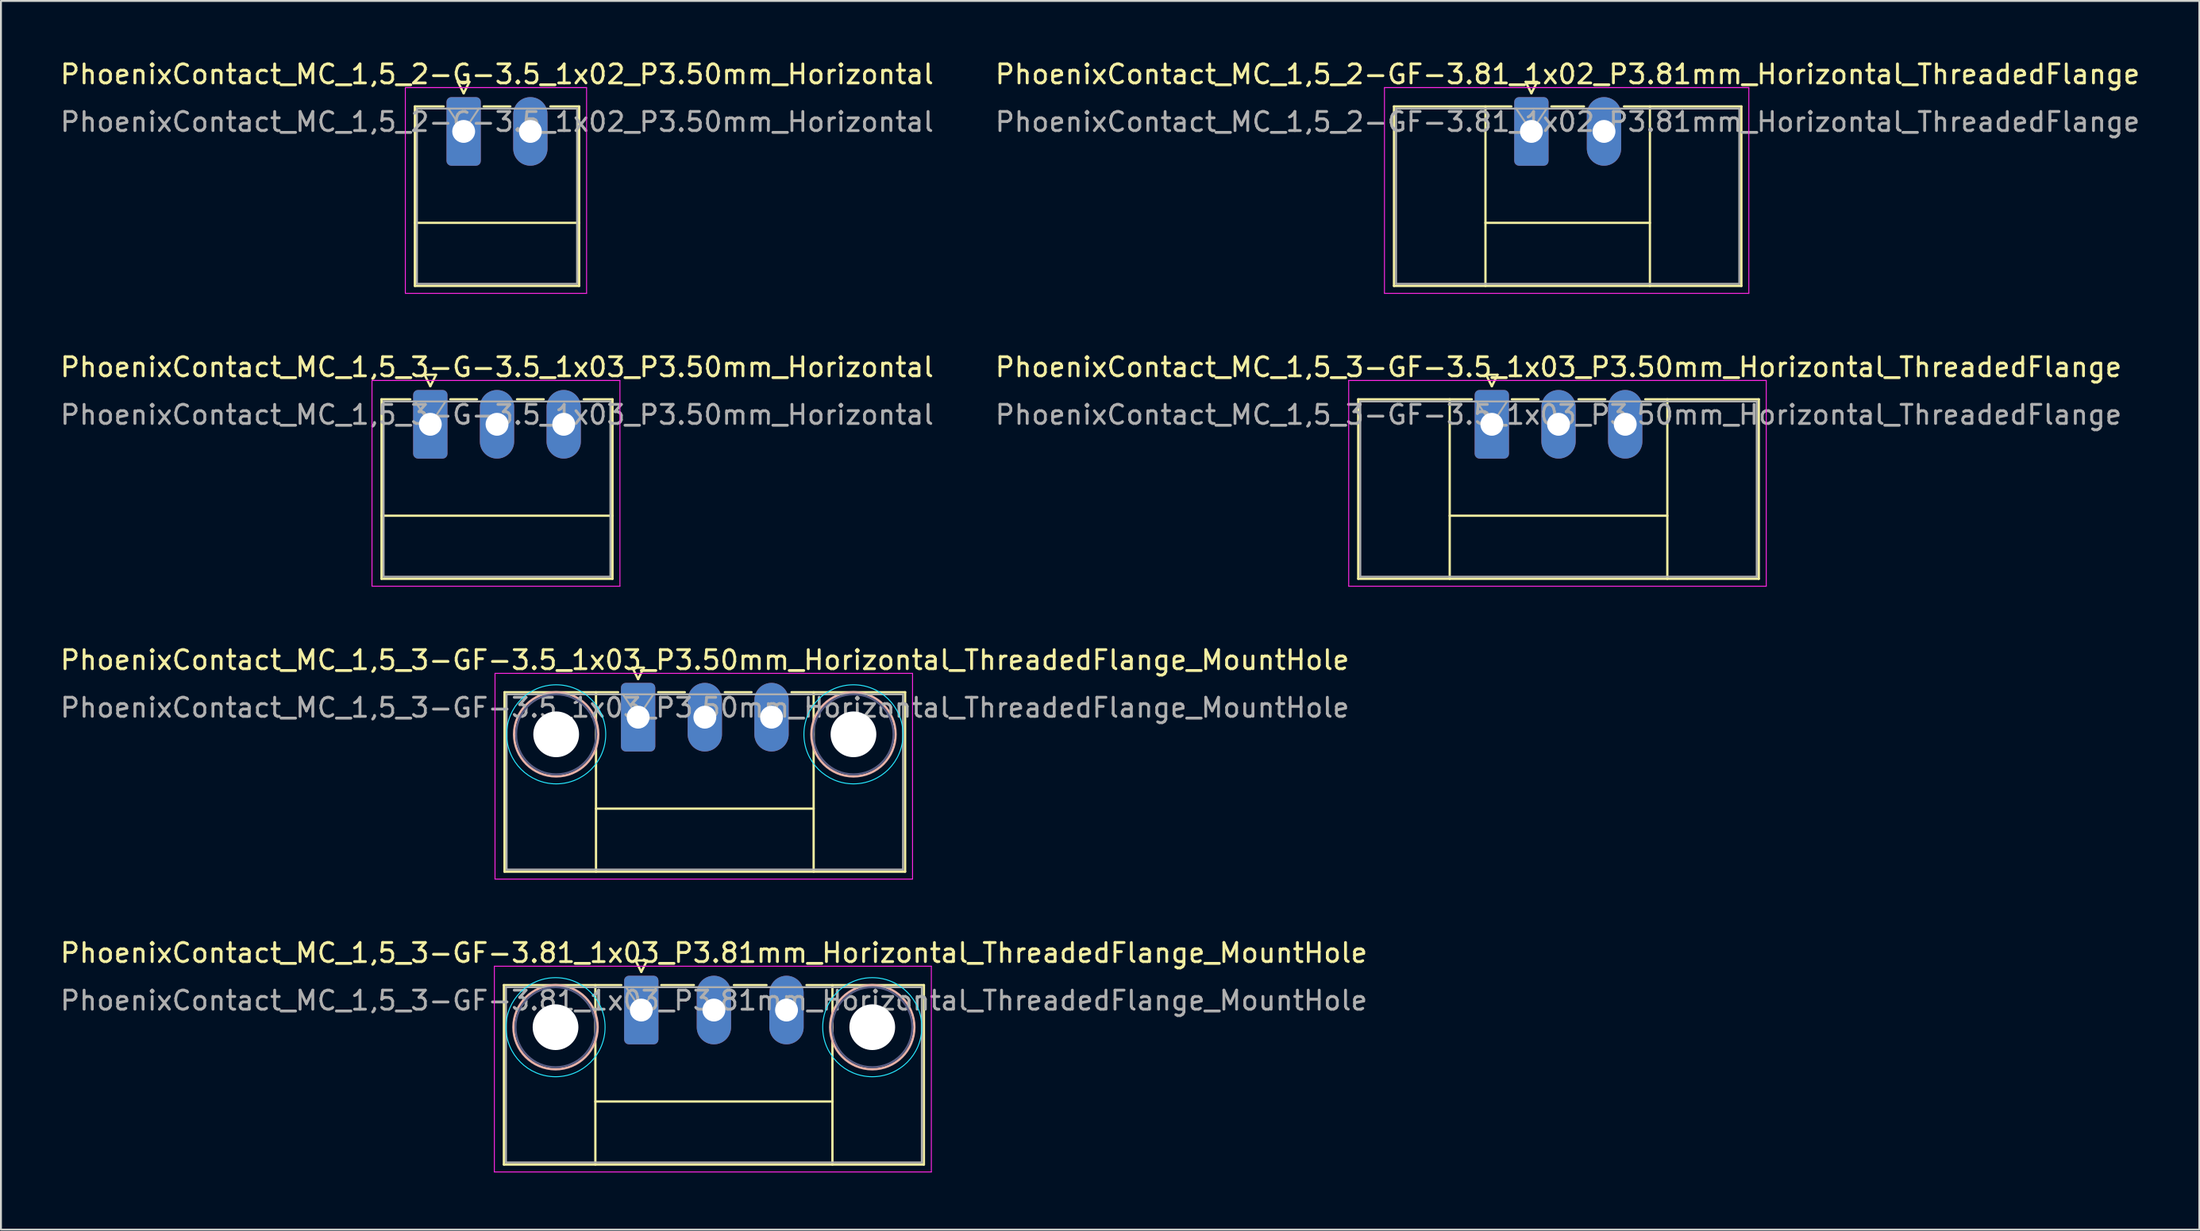
<source format=kicad_pcb>
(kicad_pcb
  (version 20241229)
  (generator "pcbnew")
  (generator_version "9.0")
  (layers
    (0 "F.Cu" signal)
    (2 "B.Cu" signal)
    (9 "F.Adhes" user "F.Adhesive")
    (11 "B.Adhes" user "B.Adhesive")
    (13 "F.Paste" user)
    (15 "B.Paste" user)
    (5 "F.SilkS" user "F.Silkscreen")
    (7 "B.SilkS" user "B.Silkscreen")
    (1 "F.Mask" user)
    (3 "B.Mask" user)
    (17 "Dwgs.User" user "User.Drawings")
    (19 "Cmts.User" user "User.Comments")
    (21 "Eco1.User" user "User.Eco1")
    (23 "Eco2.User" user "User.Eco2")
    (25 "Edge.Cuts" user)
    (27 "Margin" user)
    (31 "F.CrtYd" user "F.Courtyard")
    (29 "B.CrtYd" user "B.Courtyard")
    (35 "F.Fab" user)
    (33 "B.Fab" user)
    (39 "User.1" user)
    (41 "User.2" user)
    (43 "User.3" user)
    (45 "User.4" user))
  (footprint "PhoenixContact_MC_1,5_3-G-3.5_1x03_P3.50mm_Horizontal"
    (layer "F.Cu")
    (at 19.53 19.221)
    (property "Reference" "PhoenixContact_MC_1,5_3-G-3.5_1x03_P3.50mm_Horizontal" (at 3.5 -3 0) (layer "F.SilkS") (effects (font (size 1 1) (thickness 0.15))))
    (attr through_hole)
    (fp_line (start -2.56 -1.31) (end -2.56 8.11) (stroke (width 0.12) (type solid)) (layer "F.SilkS"))
    (fp_line (start -2.56 -1.31) (end -1.05 -1.31) (stroke (width 0.12) (type solid)) (layer "F.SilkS"))
    (fp_line (start -2.56 4.8) (end 9.56 4.8) (stroke (width 0.12) (type solid)) (layer "F.SilkS"))
    (fp_line (start -2.56 8.11) (end 9.56 8.11) (stroke (width 0.12) (type solid)) (layer "F.SilkS"))
    (fp_line (start -0.3 -2.6) (end 0.3 -2.6) (stroke (width 0.12) (type solid)) (layer "F.SilkS"))
    (fp_line (start 0 -2) (end -0.3 -2.6) (stroke (width 0.12) (type solid)) (layer "F.SilkS"))
    (fp_line (start 0.3 -2.6) (end 0 -2) (stroke (width 0.12) (type solid)) (layer "F.SilkS"))
    (fp_line (start 1.05 -1.31) (end 2.45 -1.31) (stroke (width 0.12) (type solid)) (layer "F.SilkS"))
    (fp_line (start 4.55 -1.31) (end 5.95 -1.31) (stroke (width 0.12) (type solid)) (layer "F.SilkS"))
    (fp_line (start 9.56 -1.31) (end 8.05 -1.31) (stroke (width 0.12) (type solid)) (layer "F.SilkS"))
    (fp_line (start 9.56 8.11) (end 9.56 -1.31) (stroke (width 0.12) (type solid)) (layer "F.SilkS"))
    (fp_line (start -3.06 -2.3) (end -3.06 8.5) (stroke (width 0.05) (type solid)) (layer "F.CrtYd"))
    (fp_line (start -3.06 8.5) (end 9.95 8.5) (stroke (width 0.05) (type solid)) (layer "F.CrtYd"))
    (fp_line (start 9.95 -2.3) (end -3.06 -2.3) (stroke (width 0.05) (type solid)) (layer "F.CrtYd"))
    (fp_line (start 9.95 8.5) (end 9.95 -2.3) (stroke (width 0.05) (type solid)) (layer "F.CrtYd"))
    (fp_line (start -2.45 -1.2) (end -2.45 8) (stroke (width 0.1) (type solid)) (layer "F.Fab"))
    (fp_line (start -2.45 8) (end 9.45 8) (stroke (width 0.1) (type solid)) (layer "F.Fab"))
    (fp_line (start 0 0) (end -0.8 -1.2) (stroke (width 0.1) (type solid)) (layer "F.Fab"))
    (fp_line (start 0.8 -1.2) (end 0 0) (stroke (width 0.1) (type solid)) (layer "F.Fab"))
    (fp_line (start 9.45 -1.2) (end -2.45 -1.2) (stroke (width 0.1) (type solid)) (layer "F.Fab"))
    (fp_line (start 9.45 8) (end 9.45 -1.2) (stroke (width 0.1) (type solid)) (layer "F.Fab"))
    (fp_text user "${REFERENCE}" (at 3.5 -0.5 0) (layer "F.Fab") (effects (font (size 1 1) (thickness 0.15))))
    (pad "1" thru_hole roundrect (at 0 0) (size 1.8 3.6) (drill 1.2) (layers "*.Cu" "*.Mask") (roundrect_rratio 0.139))
    (pad "2" thru_hole oval (at 3.5 0) (size 1.8 3.6) (drill 1.2) (layers "*.Cu" "*.Mask"))
    (pad "3" thru_hole oval (at 7 0) (size 1.8 3.6) (drill 1.2) (layers "*.Cu" "*.Mask")))
  (footprint "PhoenixContact_MC_1,5_3-GF-3.81_1x03_P3.81mm_Horizontal_ThreadedFlange_MountHole"
    (layer "F.Cu")
    (at 30.601 49.968)
    (property "Reference" "PhoenixContact_MC_1,5_3-GF-3.81_1x03_P3.81mm_Horizontal_ThreadedFlange_MountHole" (at 3.81 -3 0) (layer "F.SilkS") (effects (font (size 1 1) (thickness 0.15))))
    (attr through_hole)
    (fp_line (start -7.21 -1.31) (end -7.21 8.11) (stroke (width 0.12) (type solid)) (layer "F.SilkS"))
    (fp_line (start -7.21 -1.31) (end -1.05 -1.31) (stroke (width 0.12) (type solid)) (layer "F.SilkS"))
    (fp_line (start -7.21 8.11) (end 14.83 8.11) (stroke (width 0.12) (type solid)) (layer "F.SilkS"))
    (fp_line (start -2.41 -1.31) (end -2.41 8.11) (stroke (width 0.12) (type solid)) (layer "F.SilkS"))
    (fp_line (start -2.41 4.8) (end 10.03 4.8) (stroke (width 0.12) (type solid)) (layer "F.SilkS"))
    (fp_line (start -0.3 -2.6) (end 0.3 -2.6) (stroke (width 0.12) (type solid)) (layer "F.SilkS"))
    (fp_line (start 0 -2) (end -0.3 -2.6) (stroke (width 0.12) (type solid)) (layer "F.SilkS"))
    (fp_line (start 0.3 -2.6) (end 0 -2) (stroke (width 0.12) (type solid)) (layer "F.SilkS"))
    (fp_line (start 1.05 -1.31) (end 2.76 -1.31) (stroke (width 0.12) (type solid)) (layer "F.SilkS"))
    (fp_line (start 4.86 -1.31) (end 6.57 -1.31) (stroke (width 0.12) (type solid)) (layer "F.SilkS"))
    (fp_line (start 10.03 -1.31) (end 10.03 8.11) (stroke (width 0.12) (type solid)) (layer "F.SilkS"))
    (fp_line (start 14.83 -1.31) (end 8.67 -1.31) (stroke (width 0.12) (type solid)) (layer "F.SilkS"))
    (fp_line (start 14.83 8.11) (end 14.83 -1.31) (stroke (width 0.12) (type solid)) (layer "F.SilkS"))
    (fp_circle (center -4.5 0.9) (end -2.29 0.9) (stroke (width 0.12) (type solid)) (fill no) (layer "B.SilkS"))
    (fp_circle (center 12.12 0.9) (end 14.33 0.9) (stroke (width 0.12) (type solid)) (fill no) (layer "B.SilkS"))
    (fp_circle (center -4.5 0.9) (end -1.9 0.9) (stroke (width 0.05) (type solid)) (fill no) (layer "B.CrtYd"))
    (fp_circle (center 12.12 0.9) (end 14.72 0.9) (stroke (width 0.05) (type solid)) (fill no) (layer "B.CrtYd"))
    (fp_line (start -7.71 -2.3) (end -7.71 8.5) (stroke (width 0.05) (type solid)) (layer "F.CrtYd"))
    (fp_line (start -7.71 8.5) (end 15.22 8.5) (stroke (width 0.05) (type solid)) (layer "F.CrtYd"))
    (fp_line (start 15.22 -2.3) (end -7.71 -2.3) (stroke (width 0.05) (type solid)) (layer "F.CrtYd"))
    (fp_line (start 15.22 8.5) (end 15.22 -2.3) (stroke (width 0.05) (type solid)) (layer "F.CrtYd"))
    (fp_circle (center -4.5 0.9) (end -2.4 0.9) (stroke (width 0.1) (type solid)) (fill no) (layer "B.Fab"))
    (fp_circle (center 12.12 0.9) (end 14.22 0.9) (stroke (width 0.1) (type solid)) (fill no) (layer "B.Fab"))
    (fp_line (start -7.1 -1.2) (end -7.1 8) (stroke (width 0.1) (type solid)) (layer "F.Fab"))
    (fp_line (start -7.1 8) (end 14.72 8) (stroke (width 0.1) (type solid)) (layer "F.Fab"))
    (fp_line (start 0 0) (end -0.8 -1.2) (stroke (width 0.1) (type solid)) (layer "F.Fab"))
    (fp_line (start 0.8 -1.2) (end 0 0) (stroke (width 0.1) (type solid)) (layer "F.Fab"))
    (fp_line (start 14.72 -1.2) (end -7.1 -1.2) (stroke (width 0.1) (type solid)) (layer "F.Fab"))
    (fp_line (start 14.72 8) (end 14.72 -1.2) (stroke (width 0.1) (type solid)) (layer "F.Fab"))
    (fp_text user "${REFERENCE}" (at 3.81 -0.5 0) (layer "F.Fab") (effects (font (size 1 1) (thickness 0.15))))
    (pad "" np_thru_hole circle (at -4.5 0.9) (size 2.4 2.4) (drill 2.4) (layers "*.Cu" "*.Mask"))
    (pad "" np_thru_hole circle (at 12.12 0.9) (size 2.4 2.4) (drill 2.4) (layers "*.Cu" "*.Mask"))
    (pad "1" thru_hole roundrect (at 0 0) (size 1.8 3.6) (drill 1.2) (layers "*.Cu" "*.Mask") (roundrect_rratio 0.139))
    (pad "2" thru_hole oval (at 3.81 0) (size 1.8 3.6) (drill 1.2) (layers "*.Cu" "*.Mask"))
    (pad "3" thru_hole oval (at 7.62 0) (size 1.8 3.6) (drill 1.2) (layers "*.Cu" "*.Mask")))
  (footprint "PhoenixContact_MC_1,5_3-GF-3.5_1x03_P3.50mm_Horizontal_ThreadedFlange_MountHole"
    (layer "F.Cu")
    (at 30.435 34.595)
    (property "Reference" "PhoenixContact_MC_1,5_3-GF-3.5_1x03_P3.50mm_Horizontal_ThreadedFlange_MountHole" (at 3.5 -3 0) (layer "F.SilkS") (effects (font (size 1 1) (thickness 0.15))))
    (attr through_hole)
    (fp_line (start -7.01 -1.31) (end -7.01 8.11) (stroke (width 0.12) (type solid)) (layer "F.SilkS"))
    (fp_line (start -7.01 -1.31) (end -1.05 -1.31) (stroke (width 0.12) (type solid)) (layer "F.SilkS"))
    (fp_line (start -7.01 8.11) (end 14.01 8.11) (stroke (width 0.12) (type solid)) (layer "F.SilkS"))
    (fp_line (start -2.21 -1.31) (end -2.21 8.11) (stroke (width 0.12) (type solid)) (layer "F.SilkS"))
    (fp_line (start -2.21 4.8) (end 9.21 4.8) (stroke (width 0.12) (type solid)) (layer "F.SilkS"))
    (fp_line (start -0.3 -2.6) (end 0.3 -2.6) (stroke (width 0.12) (type solid)) (layer "F.SilkS"))
    (fp_line (start 0 -2) (end -0.3 -2.6) (stroke (width 0.12) (type solid)) (layer "F.SilkS"))
    (fp_line (start 0.3 -2.6) (end 0 -2) (stroke (width 0.12) (type solid)) (layer "F.SilkS"))
    (fp_line (start 1.05 -1.31) (end 2.45 -1.31) (stroke (width 0.12) (type solid)) (layer "F.SilkS"))
    (fp_line (start 4.55 -1.31) (end 5.95 -1.31) (stroke (width 0.12) (type solid)) (layer "F.SilkS"))
    (fp_line (start 9.21 -1.31) (end 9.21 8.11) (stroke (width 0.12) (type solid)) (layer "F.SilkS"))
    (fp_line (start 14.01 -1.31) (end 8.05 -1.31) (stroke (width 0.12) (type solid)) (layer "F.SilkS"))
    (fp_line (start 14.01 8.11) (end 14.01 -1.31) (stroke (width 0.12) (type solid)) (layer "F.SilkS"))
    (fp_circle (center -4.3 0.9) (end -2.09 0.9) (stroke (width 0.12) (type solid)) (fill no) (layer "B.SilkS"))
    (fp_circle (center 11.3 0.9) (end 13.51 0.9) (stroke (width 0.12) (type solid)) (fill no) (layer "B.SilkS"))
    (fp_circle (center -4.3 0.9) (end -1.7 0.9) (stroke (width 0.05) (type solid)) (fill no) (layer "B.CrtYd"))
    (fp_circle (center 11.3 0.9) (end 13.9 0.9) (stroke (width 0.05) (type solid)) (fill no) (layer "B.CrtYd"))
    (fp_line (start -7.51 -2.3) (end -7.51 8.5) (stroke (width 0.05) (type solid)) (layer "F.CrtYd"))
    (fp_line (start -7.51 8.5) (end 14.4 8.5) (stroke (width 0.05) (type solid)) (layer "F.CrtYd"))
    (fp_line (start 14.4 -2.3) (end -7.51 -2.3) (stroke (width 0.05) (type solid)) (layer "F.CrtYd"))
    (fp_line (start 14.4 8.5) (end 14.4 -2.3) (stroke (width 0.05) (type solid)) (layer "F.CrtYd"))
    (fp_circle (center -4.3 0.9) (end -2.2 0.9) (stroke (width 0.1) (type solid)) (fill no) (layer "B.Fab"))
    (fp_circle (center 11.3 0.9) (end 13.4 0.9) (stroke (width 0.1) (type solid)) (fill no) (layer "B.Fab"))
    (fp_line (start -6.9 -1.2) (end -6.9 8) (stroke (width 0.1) (type solid)) (layer "F.Fab"))
    (fp_line (start -6.9 8) (end 13.9 8) (stroke (width 0.1) (type solid)) (layer "F.Fab"))
    (fp_line (start 0 0) (end -0.8 -1.2) (stroke (width 0.1) (type solid)) (layer "F.Fab"))
    (fp_line (start 0.8 -1.2) (end 0 0) (stroke (width 0.1) (type solid)) (layer "F.Fab"))
    (fp_line (start 13.9 -1.2) (end -6.9 -1.2) (stroke (width 0.1) (type solid)) (layer "F.Fab"))
    (fp_line (start 13.9 8) (end 13.9 -1.2) (stroke (width 0.1) (type solid)) (layer "F.Fab"))
    (fp_text user "${REFERENCE}" (at 3.5 -0.5 0) (layer "F.Fab") (effects (font (size 1 1) (thickness 0.15))))
    (pad "" np_thru_hole circle (at -4.3 0.9) (size 2.4 2.4) (drill 2.4) (layers "*.Cu" "*.Mask"))
    (pad "" np_thru_hole circle (at 11.3 0.9) (size 2.4 2.4) (drill 2.4) (layers "*.Cu" "*.Mask"))
    (pad "1" thru_hole roundrect (at 0 0) (size 1.8 3.6) (drill 1.2) (layers "*.Cu" "*.Mask") (roundrect_rratio 0.139))
    (pad "2" thru_hole oval (at 3.5 0) (size 1.8 3.6) (drill 1.2) (layers "*.Cu" "*.Mask"))
    (pad "3" thru_hole oval (at 7 0) (size 1.8 3.6) (drill 1.2) (layers "*.Cu" "*.Mask")))
  (footprint "PhoenixContact_MC_1,5_3-GF-3.5_1x03_P3.50mm_Horizontal_ThreadedFlange"
    (layer "F.Cu")
    (at 75.232 19.221)
    (property "Reference" "PhoenixContact_MC_1,5_3-GF-3.5_1x03_P3.50mm_Horizontal_ThreadedFlange" (at 3.5 -3 0) (layer "F.SilkS") (effects (font (size 1 1) (thickness 0.15))))
    (attr through_hole)
    (fp_line (start -7.01 -1.31) (end -7.01 8.11) (stroke (width 0.12) (type solid)) (layer "F.SilkS"))
    (fp_line (start -7.01 -1.31) (end -1.05 -1.31) (stroke (width 0.12) (type solid)) (layer "F.SilkS"))
    (fp_line (start -7.01 8.11) (end 14.01 8.11) (stroke (width 0.12) (type solid)) (layer "F.SilkS"))
    (fp_line (start -2.21 -1.31) (end -2.21 8.11) (stroke (width 0.12) (type solid)) (layer "F.SilkS"))
    (fp_line (start -2.21 4.8) (end 9.21 4.8) (stroke (width 0.12) (type solid)) (layer "F.SilkS"))
    (fp_line (start -0.3 -2.6) (end 0.3 -2.6) (stroke (width 0.12) (type solid)) (layer "F.SilkS"))
    (fp_line (start 0 -2) (end -0.3 -2.6) (stroke (width 0.12) (type solid)) (layer "F.SilkS"))
    (fp_line (start 0.3 -2.6) (end 0 -2) (stroke (width 0.12) (type solid)) (layer "F.SilkS"))
    (fp_line (start 1.05 -1.31) (end 2.45 -1.31) (stroke (width 0.12) (type solid)) (layer "F.SilkS"))
    (fp_line (start 4.55 -1.31) (end 5.95 -1.31) (stroke (width 0.12) (type solid)) (layer "F.SilkS"))
    (fp_line (start 9.21 -1.31) (end 9.21 8.11) (stroke (width 0.12) (type solid)) (layer "F.SilkS"))
    (fp_line (start 14.01 -1.31) (end 8.05 -1.31) (stroke (width 0.12) (type solid)) (layer "F.SilkS"))
    (fp_line (start 14.01 8.11) (end 14.01 -1.31) (stroke (width 0.12) (type solid)) (layer "F.SilkS"))
    (fp_line (start -7.51 -2.3) (end -7.51 8.5) (stroke (width 0.05) (type solid)) (layer "F.CrtYd"))
    (fp_line (start -7.51 8.5) (end 14.4 8.5) (stroke (width 0.05) (type solid)) (layer "F.CrtYd"))
    (fp_line (start 14.4 -2.3) (end -7.51 -2.3) (stroke (width 0.05) (type solid)) (layer "F.CrtYd"))
    (fp_line (start 14.4 8.5) (end 14.4 -2.3) (stroke (width 0.05) (type solid)) (layer "F.CrtYd"))
    (fp_line (start -6.9 -1.2) (end -6.9 8) (stroke (width 0.1) (type solid)) (layer "F.Fab"))
    (fp_line (start -6.9 8) (end 13.9 8) (stroke (width 0.1) (type solid)) (layer "F.Fab"))
    (fp_line (start 0 0) (end -0.8 -1.2) (stroke (width 0.1) (type solid)) (layer "F.Fab"))
    (fp_line (start 0.8 -1.2) (end 0 0) (stroke (width 0.1) (type solid)) (layer "F.Fab"))
    (fp_line (start 13.9 -1.2) (end -6.9 -1.2) (stroke (width 0.1) (type solid)) (layer "F.Fab"))
    (fp_line (start 13.9 8) (end 13.9 -1.2) (stroke (width 0.1) (type solid)) (layer "F.Fab"))
    (fp_text user "${REFERENCE}" (at 3.5 -0.5 0) (layer "F.Fab") (effects (font (size 1 1) (thickness 0.15))))
    (pad "1" thru_hole roundrect (at 0 0) (size 1.8 3.6) (drill 1.2) (layers "*.Cu" "*.Mask") (roundrect_rratio 0.139))
    (pad "2" thru_hole oval (at 3.5 0) (size 1.8 3.6) (drill 1.2) (layers "*.Cu" "*.Mask"))
    (pad "3" thru_hole oval (at 7 0) (size 1.8 3.6) (drill 1.2) (layers "*.Cu" "*.Mask")))
  (footprint "PhoenixContact_MC_1,5_2-GF-3.81_1x02_P3.81mm_Horizontal_ThreadedFlange"
    (layer "F.Cu")
    (at 77.308 3.848)
    (property "Reference" "PhoenixContact_MC_1,5_2-GF-3.81_1x02_P3.81mm_Horizontal_ThreadedFlange" (at 1.9 -3 0) (layer "F.SilkS") (effects (font (size 1 1) (thickness 0.15))))
    (attr through_hole)
    (fp_line (start -7.21 -1.31) (end -7.21 8.11) (stroke (width 0.12) (type solid)) (layer "F.SilkS"))
    (fp_line (start -7.21 -1.31) (end -1.05 -1.31) (stroke (width 0.12) (type solid)) (layer "F.SilkS"))
    (fp_line (start -7.21 8.11) (end 11.02 8.11) (stroke (width 0.12) (type solid)) (layer "F.SilkS"))
    (fp_line (start -2.41 -1.31) (end -2.41 8.11) (stroke (width 0.12) (type solid)) (layer "F.SilkS"))
    (fp_line (start -2.41 4.8) (end 6.22 4.8) (stroke (width 0.12) (type solid)) (layer "F.SilkS"))
    (fp_line (start -0.3 -2.6) (end 0.3 -2.6) (stroke (width 0.12) (type solid)) (layer "F.SilkS"))
    (fp_line (start 0 -2) (end -0.3 -2.6) (stroke (width 0.12) (type solid)) (layer "F.SilkS"))
    (fp_line (start 0.3 -2.6) (end 0 -2) (stroke (width 0.12) (type solid)) (layer "F.SilkS"))
    (fp_line (start 1.05 -1.31) (end 2.76 -1.31) (stroke (width 0.12) (type solid)) (layer "F.SilkS"))
    (fp_line (start 6.22 -1.31) (end 6.22 8.11) (stroke (width 0.12) (type solid)) (layer "F.SilkS"))
    (fp_line (start 11.02 -1.31) (end 4.86 -1.31) (stroke (width 0.12) (type solid)) (layer "F.SilkS"))
    (fp_line (start 11.02 8.11) (end 11.02 -1.31) (stroke (width 0.12) (type solid)) (layer "F.SilkS"))
    (fp_line (start -7.71 -2.3) (end -7.71 8.5) (stroke (width 0.05) (type solid)) (layer "F.CrtYd"))
    (fp_line (start -7.71 8.5) (end 11.41 8.5) (stroke (width 0.05) (type solid)) (layer "F.CrtYd"))
    (fp_line (start 11.41 -2.3) (end -7.71 -2.3) (stroke (width 0.05) (type solid)) (layer "F.CrtYd"))
    (fp_line (start 11.41 8.5) (end 11.41 -2.3) (stroke (width 0.05) (type solid)) (layer "F.CrtYd"))
    (fp_line (start -7.1 -1.2) (end -7.1 8) (stroke (width 0.1) (type solid)) (layer "F.Fab"))
    (fp_line (start -7.1 8) (end 10.91 8) (stroke (width 0.1) (type solid)) (layer "F.Fab"))
    (fp_line (start 0 0) (end -0.8 -1.2) (stroke (width 0.1) (type solid)) (layer "F.Fab"))
    (fp_line (start 0.8 -1.2) (end 0 0) (stroke (width 0.1) (type solid)) (layer "F.Fab"))
    (fp_line (start 10.91 -1.2) (end -7.1 -1.2) (stroke (width 0.1) (type solid)) (layer "F.Fab"))
    (fp_line (start 10.91 8) (end 10.91 -1.2) (stroke (width 0.1) (type solid)) (layer "F.Fab"))
    (fp_text user "${REFERENCE}" (at 1.9 -0.5 0) (layer "F.Fab") (effects (font (size 1 1) (thickness 0.15))))
    (pad "1" thru_hole roundrect (at 0 0) (size 1.8 3.6) (drill 1.2) (layers "*.Cu" "*.Mask") (roundrect_rratio 0.139))
    (pad "2" thru_hole oval (at 3.81 0) (size 1.8 3.6) (drill 1.2) (layers "*.Cu" "*.Mask")))
  (footprint "PhoenixContact_MC_1,5_2-G-3.5_1x02_P3.50mm_Horizontal"
    (layer "F.Cu")
    (at 21.28 3.848)
    (property "Reference" "PhoenixContact_MC_1,5_2-G-3.5_1x02_P3.50mm_Horizontal" (at 1.75 -3 0) (layer "F.SilkS") (effects (font (size 1 1) (thickness 0.15))))
    (attr through_hole)
    (fp_line (start -2.56 -1.31) (end -2.56 8.11) (stroke (width 0.12) (type solid)) (layer "F.SilkS"))
    (fp_line (start -2.56 -1.31) (end -1.05 -1.31) (stroke (width 0.12) (type solid)) (layer "F.SilkS"))
    (fp_line (start -2.56 4.8) (end 6.06 4.8) (stroke (width 0.12) (type solid)) (layer "F.SilkS"))
    (fp_line (start -2.56 8.11) (end 6.06 8.11) (stroke (width 0.12) (type solid)) (layer "F.SilkS"))
    (fp_line (start -0.3 -2.6) (end 0.3 -2.6) (stroke (width 0.12) (type solid)) (layer "F.SilkS"))
    (fp_line (start 0 -2) (end -0.3 -2.6) (stroke (width 0.12) (type solid)) (layer "F.SilkS"))
    (fp_line (start 0.3 -2.6) (end 0 -2) (stroke (width 0.12) (type solid)) (layer "F.SilkS"))
    (fp_line (start 1.05 -1.31) (end 2.45 -1.31) (stroke (width 0.12) (type solid)) (layer "F.SilkS"))
    (fp_line (start 6.06 -1.31) (end 4.55 -1.31) (stroke (width 0.12) (type solid)) (layer "F.SilkS"))
    (fp_line (start 6.06 8.11) (end 6.06 -1.31) (stroke (width 0.12) (type solid)) (layer "F.SilkS"))
    (fp_line (start -3.06 -2.3) (end -3.06 8.5) (stroke (width 0.05) (type solid)) (layer "F.CrtYd"))
    (fp_line (start -3.06 8.5) (end 6.45 8.5) (stroke (width 0.05) (type solid)) (layer "F.CrtYd"))
    (fp_line (start 6.45 -2.3) (end -3.06 -2.3) (stroke (width 0.05) (type solid)) (layer "F.CrtYd"))
    (fp_line (start 6.45 8.5) (end 6.45 -2.3) (stroke (width 0.05) (type solid)) (layer "F.CrtYd"))
    (fp_line (start -2.45 -1.2) (end -2.45 8) (stroke (width 0.1) (type solid)) (layer "F.Fab"))
    (fp_line (start -2.45 8) (end 5.95 8) (stroke (width 0.1) (type solid)) (layer "F.Fab"))
    (fp_line (start 0 0) (end -0.8 -1.2) (stroke (width 0.1) (type solid)) (layer "F.Fab"))
    (fp_line (start 0.8 -1.2) (end 0 0) (stroke (width 0.1) (type solid)) (layer "F.Fab"))
    (fp_line (start 5.95 -1.2) (end -2.45 -1.2) (stroke (width 0.1) (type solid)) (layer "F.Fab"))
    (fp_line (start 5.95 8) (end 5.95 -1.2) (stroke (width 0.1) (type solid)) (layer "F.Fab"))
    (fp_text user "${REFERENCE}" (at 1.75 -0.5 0) (layer "F.Fab") (effects (font (size 1 1) (thickness 0.15))))
    (pad "1" thru_hole roundrect (at 0 0) (size 1.8 3.6) (drill 1.2) (layers "*.Cu" "*.Mask") (roundrect_rratio 0.139))
    (pad "2" thru_hole oval (at 3.5 0) (size 1.8 3.6) (drill 1.2) (layers "*.Cu" "*.Mask")))
  (gr_rect
    (start -3 -3)
    (end 112.357 61.493)
    (stroke (width 0.1) (type default))
    (fill no)
    (layer "Edge.Cuts")))
</source>
